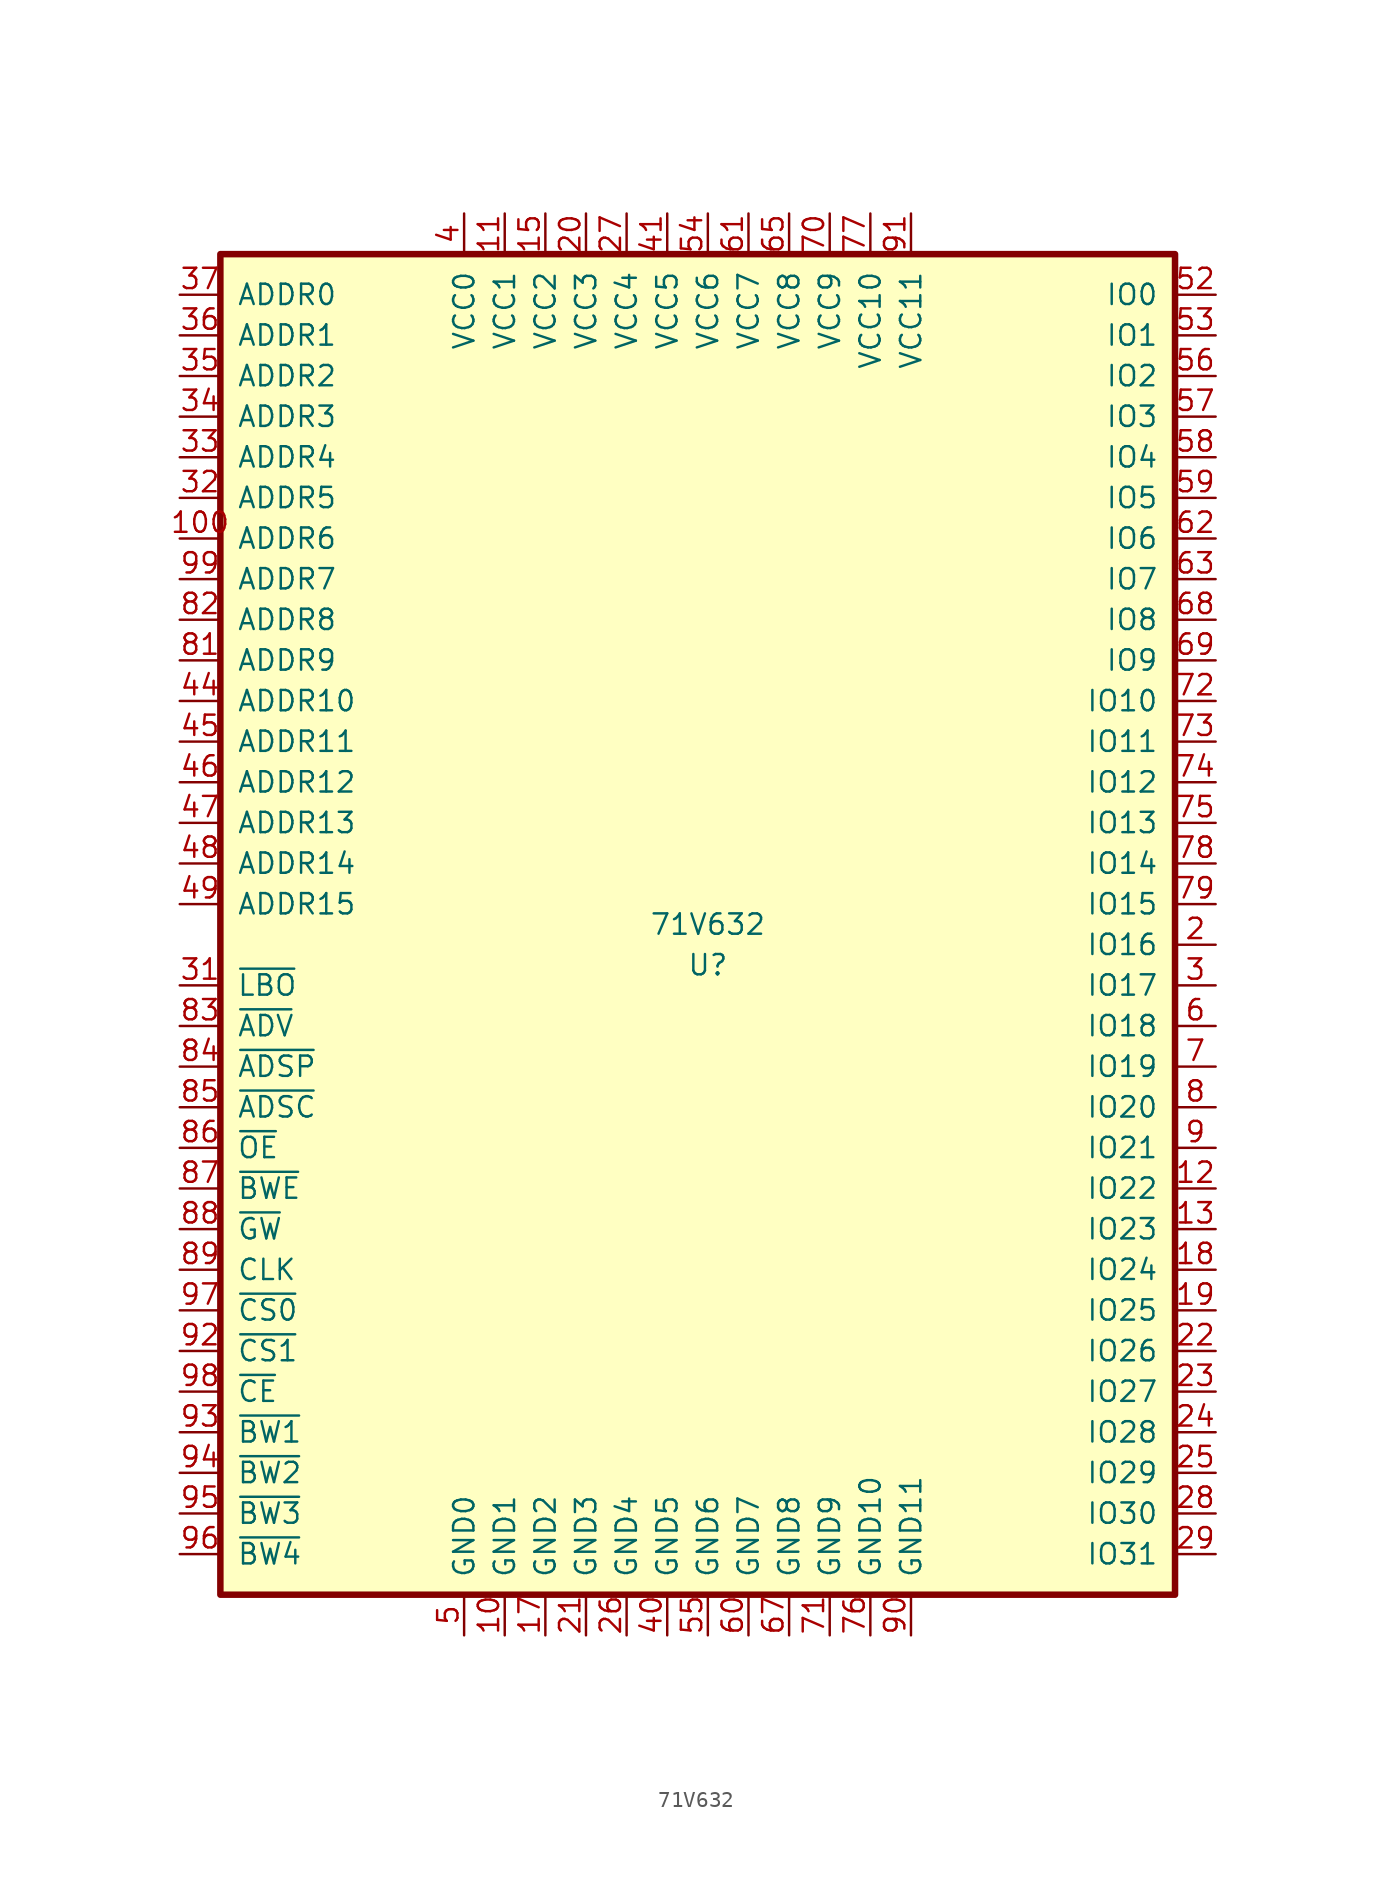
<source format=kicad_sym>
(kicad_symbol_lib
  (version 20231120)
  (generator "kicad_symbol_editor")
  (generator_version "8.0")
  (symbol "71V632"
    (pin_names
      (offset 1.016))
    (property "Reference" "U"
      (at 0 -2.54 0)
      (effects (font (size 1.27 1.27))))
    (property "Value" "71V632"
      (at 0 0 0)
      (effects (font (size 1.27 1.27))))
    (symbol "71V632_1_1"
      (rectangle (start -30.48 -41.91) (end 29.21 41.91) (stroke (width 0.406) (type solid)) (fill (type background)))
      (pin power_in line (at -12.7 -44.45 90) (length 2.54) (name "GND1" (effects (font (size 1.27 1.27)))) (number "10" (effects (font (size 1.27 1.27)))))
      (pin input line (at -33.02 24.13 0) (length 2.54) (name "ADDR6" (effects (font (size 1.27 1.27)))) (number "100" (effects (font (size 1.27 1.27)))))
      (pin power_in line (at -12.7 44.45 270) (length 2.54) (name "VCC1" (effects (font (size 1.27 1.27)))) (number "11" (effects (font (size 1.27 1.27)))))
      (pin bidirectional line (at 31.75 -16.51 180) (length 2.54) (name "IO22" (effects (font (size 1.27 1.27)))) (number "12" (effects (font (size 1.27 1.27)))))
      (pin bidirectional line (at 31.75 -19.05 180) (length 2.54) (name "IO23" (effects (font (size 1.27 1.27)))) (number "13" (effects (font (size 1.27 1.27)))))
      (pin power_in line (at -10.16 44.45 270) (length 2.54) (name "VCC2" (effects (font (size 1.27 1.27)))) (number "15" (effects (font (size 1.27 1.27)))))
      (pin power_in line (at -10.16 -44.45 90) (length 2.54) (name "GND2" (effects (font (size 1.27 1.27)))) (number "17" (effects (font (size 1.27 1.27)))))
      (pin bidirectional line (at 31.75 -21.59 180) (length 2.54) (name "IO24" (effects (font (size 1.27 1.27)))) (number "18" (effects (font (size 1.27 1.27)))))
      (pin bidirectional line (at 31.75 -24.13 180) (length 2.54) (name "IO25" (effects (font (size 1.27 1.27)))) (number "19" (effects (font (size 1.27 1.27)))))
      (pin bidirectional line (at 31.75 -1.27 180) (length 2.54) (name "IO16" (effects (font (size 1.27 1.27)))) (number "2" (effects (font (size 1.27 1.27)))))
      (pin power_in line (at -7.62 44.45 270) (length 2.54) (name "VCC3" (effects (font (size 1.27 1.27)))) (number "20" (effects (font (size 1.27 1.27)))))
      (pin power_in line (at -7.62 -44.45 90) (length 2.54) (name "GND3" (effects (font (size 1.27 1.27)))) (number "21" (effects (font (size 1.27 1.27)))))
      (pin bidirectional line (at 31.75 -26.67 180) (length 2.54) (name "IO26" (effects (font (size 1.27 1.27)))) (number "22" (effects (font (size 1.27 1.27)))))
      (pin bidirectional line (at 31.75 -29.21 180) (length 2.54) (name "IO27" (effects (font (size 1.27 1.27)))) (number "23" (effects (font (size 1.27 1.27)))))
      (pin bidirectional line (at 31.75 -31.75 180) (length 2.54) (name "IO28" (effects (font (size 1.27 1.27)))) (number "24" (effects (font (size 1.27 1.27)))))
      (pin bidirectional line (at 31.75 -34.29 180) (length 2.54) (name "IO29" (effects (font (size 1.27 1.27)))) (number "25" (effects (font (size 1.27 1.27)))))
      (pin power_in line (at -5.08 -44.45 90) (length 2.54) (name "GND4" (effects (font (size 1.27 1.27)))) (number "26" (effects (font (size 1.27 1.27)))))
      (pin power_in line (at -5.08 44.45 270) (length 2.54) (name "VCC4" (effects (font (size 1.27 1.27)))) (number "27" (effects (font (size 1.27 1.27)))))
      (pin bidirectional line (at 31.75 -36.83 180) (length 2.54) (name "IO30" (effects (font (size 1.27 1.27)))) (number "28" (effects (font (size 1.27 1.27)))))
      (pin bidirectional line (at 31.75 -39.37 180) (length 2.54) (name "IO31" (effects (font (size 1.27 1.27)))) (number "29" (effects (font (size 1.27 1.27)))))
      (pin bidirectional line (at 31.75 -3.81 180) (length 2.54) (name "IO17" (effects (font (size 1.27 1.27)))) (number "3" (effects (font (size 1.27 1.27)))))
      (pin input line (at -33.02 -3.81 0) (length 2.54) (name "~{LBO}" (effects (font (size 1.27 1.27)))) (number "31" (effects (font (size 1.27 1.27)))))
      (pin input line (at -33.02 26.67 0) (length 2.54) (name "ADDR5" (effects (font (size 1.27 1.27)))) (number "32" (effects (font (size 1.27 1.27)))))
      (pin input line (at -33.02 29.21 0) (length 2.54) (name "ADDR4" (effects (font (size 1.27 1.27)))) (number "33" (effects (font (size 1.27 1.27)))))
      (pin input line (at -33.02 31.75 0) (length 2.54) (name "ADDR3" (effects (font (size 1.27 1.27)))) (number "34" (effects (font (size 1.27 1.27)))))
      (pin input line (at -33.02 34.29 0) (length 2.54) (name "ADDR2" (effects (font (size 1.27 1.27)))) (number "35" (effects (font (size 1.27 1.27)))))
      (pin input line (at -33.02 36.83 0) (length 2.54) (name "ADDR1" (effects (font (size 1.27 1.27)))) (number "36" (effects (font (size 1.27 1.27)))))
      (pin input line (at -33.02 39.37 0) (length 2.54) (name "ADDR0" (effects (font (size 1.27 1.27)))) (number "37" (effects (font (size 1.27 1.27)))))
      (pin power_in line (at -15.24 44.45 270) (length 2.54) (name "VCC0" (effects (font (size 1.27 1.27)))) (number "4" (effects (font (size 1.27 1.27)))))
      (pin power_in line (at -2.54 -44.45 90) (length 2.54) (name "GND5" (effects (font (size 1.27 1.27)))) (number "40" (effects (font (size 1.27 1.27)))))
      (pin power_in line (at -2.54 44.45 270) (length 2.54) (name "VCC5" (effects (font (size 1.27 1.27)))) (number "41" (effects (font (size 1.27 1.27)))))
      (pin input line (at -33.02 13.97 0) (length 2.54) (name "ADDR10" (effects (font (size 1.27 1.27)))) (number "44" (effects (font (size 1.27 1.27)))))
      (pin input line (at -33.02 11.43 0) (length 2.54) (name "ADDR11" (effects (font (size 1.27 1.27)))) (number "45" (effects (font (size 1.27 1.27)))))
      (pin input line (at -33.02 8.89 0) (length 2.54) (name "ADDR12" (effects (font (size 1.27 1.27)))) (number "46" (effects (font (size 1.27 1.27)))))
      (pin input line (at -33.02 6.35 0) (length 2.54) (name "ADDR13" (effects (font (size 1.27 1.27)))) (number "47" (effects (font (size 1.27 1.27)))))
      (pin input line (at -33.02 3.81 0) (length 2.54) (name "ADDR14" (effects (font (size 1.27 1.27)))) (number "48" (effects (font (size 1.27 1.27)))))
      (pin input line (at -33.02 1.27 0) (length 2.54) (name "ADDR15" (effects (font (size 1.27 1.27)))) (number "49" (effects (font (size 1.27 1.27)))))
      (pin power_in line (at -15.24 -44.45 90) (length 2.54) (name "GND0" (effects (font (size 1.27 1.27)))) (number "5" (effects (font (size 1.27 1.27)))))
      (pin bidirectional line (at 31.75 39.37 180) (length 2.54) (name "IO0" (effects (font (size 1.27 1.27)))) (number "52" (effects (font (size 1.27 1.27)))))
      (pin bidirectional line (at 31.75 36.83 180) (length 2.54) (name "IO1" (effects (font (size 1.27 1.27)))) (number "53" (effects (font (size 1.27 1.27)))))
      (pin power_in line (at 0 44.45 270) (length 2.54) (name "VCC6" (effects (font (size 1.27 1.27)))) (number "54" (effects (font (size 1.27 1.27)))))
      (pin power_in line (at 0 -44.45 90) (length 2.54) (name "GND6" (effects (font (size 1.27 1.27)))) (number "55" (effects (font (size 1.27 1.27)))))
      (pin bidirectional line (at 31.75 34.29 180) (length 2.54) (name "IO2" (effects (font (size 1.27 1.27)))) (number "56" (effects (font (size 1.27 1.27)))))
      (pin bidirectional line (at 31.75 31.75 180) (length 2.54) (name "IO3" (effects (font (size 1.27 1.27)))) (number "57" (effects (font (size 1.27 1.27)))))
      (pin bidirectional line (at 31.75 29.21 180) (length 2.54) (name "IO4" (effects (font (size 1.27 1.27)))) (number "58" (effects (font (size 1.27 1.27)))))
      (pin bidirectional line (at 31.75 26.67 180) (length 2.54) (name "IO5" (effects (font (size 1.27 1.27)))) (number "59" (effects (font (size 1.27 1.27)))))
      (pin bidirectional line (at 31.75 -6.35 180) (length 2.54) (name "IO18" (effects (font (size 1.27 1.27)))) (number "6" (effects (font (size 1.27 1.27)))))
      (pin power_in line (at 2.54 -44.45 90) (length 2.54) (name "GND7" (effects (font (size 1.27 1.27)))) (number "60" (effects (font (size 1.27 1.27)))))
      (pin power_in line (at 2.54 44.45 270) (length 2.54) (name "VCC7" (effects (font (size 1.27 1.27)))) (number "61" (effects (font (size 1.27 1.27)))))
      (pin bidirectional line (at 31.75 24.13 180) (length 2.54) (name "IO6" (effects (font (size 1.27 1.27)))) (number "62" (effects (font (size 1.27 1.27)))))
      (pin bidirectional line (at 31.75 21.59 180) (length 2.54) (name "IO7" (effects (font (size 1.27 1.27)))) (number "63" (effects (font (size 1.27 1.27)))))
      (pin power_in line (at 5.08 44.45 270) (length 2.54) (name "VCC8" (effects (font (size 1.27 1.27)))) (number "65" (effects (font (size 1.27 1.27)))))
      (pin power_in line (at 5.08 -44.45 90) (length 2.54) (name "GND8" (effects (font (size 1.27 1.27)))) (number "67" (effects (font (size 1.27 1.27)))))
      (pin bidirectional line (at 31.75 19.05 180) (length 2.54) (name "IO8" (effects (font (size 1.27 1.27)))) (number "68" (effects (font (size 1.27 1.27)))))
      (pin bidirectional line (at 31.75 16.51 180) (length 2.54) (name "IO9" (effects (font (size 1.27 1.27)))) (number "69" (effects (font (size 1.27 1.27)))))
      (pin bidirectional line (at 31.75 -8.89 180) (length 2.54) (name "IO19" (effects (font (size 1.27 1.27)))) (number "7" (effects (font (size 1.27 1.27)))))
      (pin power_in line (at 7.62 44.45 270) (length 2.54) (name "VCC9" (effects (font (size 1.27 1.27)))) (number "70" (effects (font (size 1.27 1.27)))))
      (pin power_in line (at 7.62 -44.45 90) (length 2.54) (name "GND9" (effects (font (size 1.27 1.27)))) (number "71" (effects (font (size 1.27 1.27)))))
      (pin bidirectional line (at 31.75 13.97 180) (length 2.54) (name "IO10" (effects (font (size 1.27 1.27)))) (number "72" (effects (font (size 1.27 1.27)))))
      (pin bidirectional line (at 31.75 11.43 180) (length 2.54) (name "IO11" (effects (font (size 1.27 1.27)))) (number "73" (effects (font (size 1.27 1.27)))))
      (pin bidirectional line (at 31.75 8.89 180) (length 2.54) (name "IO12" (effects (font (size 1.27 1.27)))) (number "74" (effects (font (size 1.27 1.27)))))
      (pin bidirectional line (at 31.75 6.35 180) (length 2.54) (name "IO13" (effects (font (size 1.27 1.27)))) (number "75" (effects (font (size 1.27 1.27)))))
      (pin power_in line (at 10.16 -44.45 90) (length 2.54) (name "GND10" (effects (font (size 1.27 1.27)))) (number "76" (effects (font (size 1.27 1.27)))))
      (pin power_in line (at 10.16 44.45 270) (length 2.54) (name "VCC10" (effects (font (size 1.27 1.27)))) (number "77" (effects (font (size 1.27 1.27)))))
      (pin bidirectional line (at 31.75 3.81 180) (length 2.54) (name "IO14" (effects (font (size 1.27 1.27)))) (number "78" (effects (font (size 1.27 1.27)))))
      (pin bidirectional line (at 31.75 1.27 180) (length 2.54) (name "IO15" (effects (font (size 1.27 1.27)))) (number "79" (effects (font (size 1.27 1.27)))))
      (pin bidirectional line (at 31.75 -11.43 180) (length 2.54) (name "IO20" (effects (font (size 1.27 1.27)))) (number "8" (effects (font (size 1.27 1.27)))))
      (pin input line (at -33.02 16.51 0) (length 2.54) (name "ADDR9" (effects (font (size 1.27 1.27)))) (number "81" (effects (font (size 1.27 1.27)))))
      (pin input line (at -33.02 19.05 0) (length 2.54) (name "ADDR8" (effects (font (size 1.27 1.27)))) (number "82" (effects (font (size 1.27 1.27)))))
      (pin input line (at -33.02 -6.35 0) (length 2.54) (name "~{ADV}" (effects (font (size 1.27 1.27)))) (number "83" (effects (font (size 1.27 1.27)))))
      (pin input line (at -33.02 -8.89 0) (length 2.54) (name "~{ADSP}" (effects (font (size 1.27 1.27)))) (number "84" (effects (font (size 1.27 1.27)))))
      (pin input line (at -33.02 -11.43 0) (length 2.54) (name "~{ADSC}" (effects (font (size 1.27 1.27)))) (number "85" (effects (font (size 1.27 1.27)))))
      (pin input line (at -33.02 -13.97 0) (length 2.54) (name "~{OE}" (effects (font (size 1.27 1.27)))) (number "86" (effects (font (size 1.27 1.27)))))
      (pin input line (at -33.02 -16.51 0) (length 2.54) (name "~{BWE}" (effects (font (size 1.27 1.27)))) (number "87" (effects (font (size 1.27 1.27)))))
      (pin input line (at -33.02 -19.05 0) (length 2.54) (name "~{GW}" (effects (font (size 1.27 1.27)))) (number "88" (effects (font (size 1.27 1.27)))))
      (pin input line (at -33.02 -21.59 0) (length 2.54) (name "CLK" (effects (font (size 1.27 1.27)))) (number "89" (effects (font (size 1.27 1.27)))))
      (pin bidirectional line (at 31.75 -13.97 180) (length 2.54) (name "IO21" (effects (font (size 1.27 1.27)))) (number "9" (effects (font (size 1.27 1.27)))))
      (pin power_in line (at 12.7 -44.45 90) (length 2.54) (name "GND11" (effects (font (size 1.27 1.27)))) (number "90" (effects (font (size 1.27 1.27)))))
      (pin power_in line (at 12.7 44.45 270) (length 2.54) (name "VCC11" (effects (font (size 1.27 1.27)))) (number "91" (effects (font (size 1.27 1.27)))))
      (pin input line (at -33.02 -26.67 0) (length 2.54) (name "~{CS1}" (effects (font (size 1.27 1.27)))) (number "92" (effects (font (size 1.27 1.27)))))
      (pin input line (at -33.02 -31.75 0) (length 2.54) (name "~{BW1}" (effects (font (size 1.27 1.27)))) (number "93" (effects (font (size 1.27 1.27)))))
      (pin input line (at -33.02 -34.29 0) (length 2.54) (name "~{BW2}" (effects (font (size 1.27 1.27)))) (number "94" (effects (font (size 1.27 1.27)))))
      (pin input line (at -33.02 -36.83 0) (length 2.54) (name "~{BW3}" (effects (font (size 1.27 1.27)))) (number "95" (effects (font (size 1.27 1.27)))))
      (pin input line (at -33.02 -39.37 0) (length 2.54) (name "~{BW4}" (effects (font (size 1.27 1.27)))) (number "96" (effects (font (size 1.27 1.27)))))
      (pin input line (at -33.02 -24.13 0) (length 2.54) (name "~{CS0}" (effects (font (size 1.27 1.27)))) (number "97" (effects (font (size 1.27 1.27)))))
      (pin input line (at -33.02 -29.21 0) (length 2.54) (name "~{CE}" (effects (font (size 1.27 1.27)))) (number "98" (effects (font (size 1.27 1.27)))))
      (pin input line (at -33.02 21.59 0) (length 2.54) (name "ADDR7" (effects (font (size 1.27 1.27)))) (number "99" (effects (font (size 1.27 1.27))))))))
</source>
